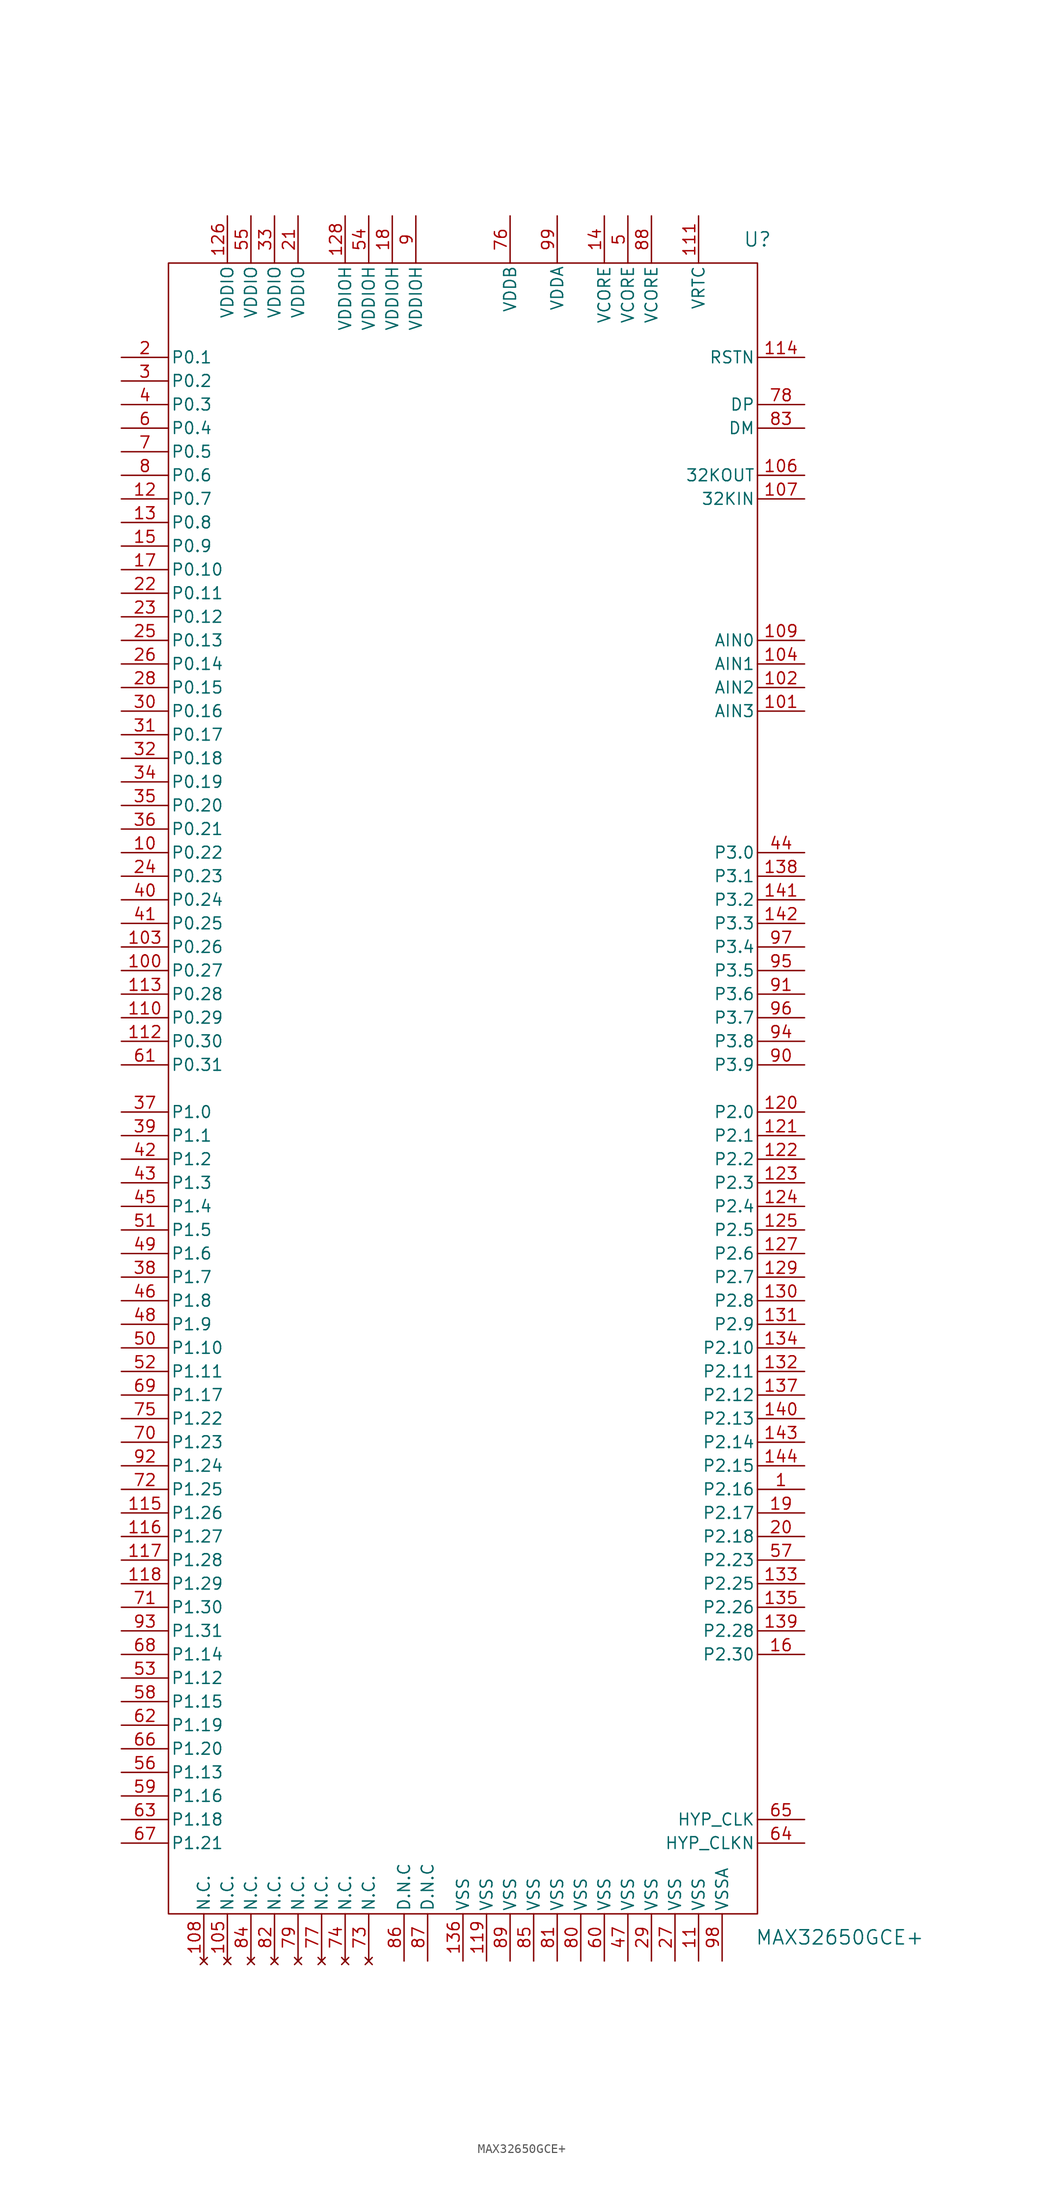
<source format=kicad_sym>
(kicad_symbol_lib
  (version 20231120)
  (generator "kicad_symbol_editor")
  (generator_version "8.0")
  (symbol "MAX32650GCE+"
    (pin_names
      (offset 0.254))
    (property "Reference" "U"
      (at 31.75 91.44 0)
      (effects (font (size 1.524 1.524))))
    (property "Value" "MAX32650GCE+"
      (at 31.496 -91.44 0)
      (effects (font (size 1.524 1.524)) (justify left)))
    (symbol "MAX32650GCE+_1_1"
      (rectangle (start -31.75 88.9) (end 31.75 -88.9) (stroke (width 0) (type default)) (fill (type none)))
      (pin bidirectional line (at 36.83 -43.18 180) (length 5.08) (name "P2.16" (effects (font (size 1.27 1.27)))) (number "1" (effects (font (size 1.27 1.27)))))
      (pin bidirectional line (at -36.83 25.4 0) (length 5.08) (name "P0.22" (effects (font (size 1.27 1.27)))) (number "10" (effects (font (size 1.27 1.27)))))
      (pin bidirectional line (at -36.83 12.7 0) (length 5.08) (name "P0.27" (effects (font (size 1.27 1.27)))) (number "100" (effects (font (size 1.27 1.27)))))
      (pin input line (at 36.83 40.64 180) (length 5.08) (name "AIN3" (effects (font (size 1.27 1.27)))) (number "101" (effects (font (size 1.27 1.27)))))
      (pin input line (at 36.83 43.18 180) (length 5.08) (name "AIN2" (effects (font (size 1.27 1.27)))) (number "102" (effects (font (size 1.27 1.27)))))
      (pin bidirectional line (at -36.83 15.24 0) (length 5.08) (name "P0.26" (effects (font (size 1.27 1.27)))) (number "103" (effects (font (size 1.27 1.27)))))
      (pin input line (at 36.83 45.72 180) (length 5.08) (name "AIN1" (effects (font (size 1.27 1.27)))) (number "104" (effects (font (size 1.27 1.27)))))
      (pin no_connect line (at -25.4 -93.98 90) (length 5.08) (name "N.C." (effects (font (size 1.27 1.27)))) (number "105" (effects (font (size 1.27 1.27)))))
      (pin output line (at 36.83 66.04 180) (length 5.08) (name "32KOUT" (effects (font (size 1.27 1.27)))) (number "106" (effects (font (size 1.27 1.27)))))
      (pin bidirectional line (at 36.83 63.5 180) (length 5.08) (name "32KIN" (effects (font (size 1.27 1.27)))) (number "107" (effects (font (size 1.27 1.27)))))
      (pin no_connect line (at -27.94 -93.98 90) (length 5.08) (name "N.C." (effects (font (size 1.27 1.27)))) (number "108" (effects (font (size 1.27 1.27)))))
      (pin bidirectional line (at 36.83 48.26 180) (length 5.08) (name "AIN0" (effects (font (size 1.27 1.27)))) (number "109" (effects (font (size 1.27 1.27)))))
      (pin power_out line (at 25.4 -93.98 90) (length 5.08) (name "VSS" (effects (font (size 1.27 1.27)))) (number "11" (effects (font (size 1.27 1.27)))))
      (pin bidirectional line (at -36.83 7.62 0) (length 5.08) (name "P0.29" (effects (font (size 1.27 1.27)))) (number "110" (effects (font (size 1.27 1.27)))))
      (pin unspecified line (at 25.4 93.98 270) (length 5.08) (name "VRTC" (effects (font (size 1.27 1.27)))) (number "111" (effects (font (size 1.27 1.27)))))
      (pin bidirectional line (at -36.83 5.08 0) (length 5.08) (name "P0.30" (effects (font (size 1.27 1.27)))) (number "112" (effects (font (size 1.27 1.27)))))
      (pin bidirectional line (at -36.83 10.16 0) (length 5.08) (name "P0.28" (effects (font (size 1.27 1.27)))) (number "113" (effects (font (size 1.27 1.27)))))
      (pin unspecified line (at 36.83 78.74 180) (length 5.08) (name "RSTN" (effects (font (size 1.27 1.27)))) (number "114" (effects (font (size 1.27 1.27)))))
      (pin bidirectional line (at -36.83 -45.72 0) (length 5.08) (name "P1.26" (effects (font (size 1.27 1.27)))) (number "115" (effects (font (size 1.27 1.27)))))
      (pin bidirectional line (at -36.83 -48.26 0) (length 5.08) (name "P1.27" (effects (font (size 1.27 1.27)))) (number "116" (effects (font (size 1.27 1.27)))))
      (pin bidirectional line (at -36.83 -50.8 0) (length 5.08) (name "P1.28" (effects (font (size 1.27 1.27)))) (number "117" (effects (font (size 1.27 1.27)))))
      (pin bidirectional line (at -36.83 -53.34 0) (length 5.08) (name "P1.29" (effects (font (size 1.27 1.27)))) (number "118" (effects (font (size 1.27 1.27)))))
      (pin power_out line (at 2.54 -93.98 90) (length 5.08) (name "VSS" (effects (font (size 1.27 1.27)))) (number "119" (effects (font (size 1.27 1.27)))))
      (pin bidirectional line (at -36.83 63.5 0) (length 5.08) (name "P0.7" (effects (font (size 1.27 1.27)))) (number "12" (effects (font (size 1.27 1.27)))))
      (pin bidirectional line (at 36.83 -2.54 180) (length 5.08) (name "P2.0" (effects (font (size 1.27 1.27)))) (number "120" (effects (font (size 1.27 1.27)))))
      (pin bidirectional line (at 36.83 -5.08 180) (length 5.08) (name "P2.1" (effects (font (size 1.27 1.27)))) (number "121" (effects (font (size 1.27 1.27)))))
      (pin bidirectional line (at 36.83 -7.62 180) (length 5.08) (name "P2.2" (effects (font (size 1.27 1.27)))) (number "122" (effects (font (size 1.27 1.27)))))
      (pin bidirectional line (at 36.83 -10.16 180) (length 5.08) (name "P2.3" (effects (font (size 1.27 1.27)))) (number "123" (effects (font (size 1.27 1.27)))))
      (pin bidirectional line (at 36.83 -12.7 180) (length 5.08) (name "P2.4" (effects (font (size 1.27 1.27)))) (number "124" (effects (font (size 1.27 1.27)))))
      (pin bidirectional line (at 36.83 -15.24 180) (length 5.08) (name "P2.5" (effects (font (size 1.27 1.27)))) (number "125" (effects (font (size 1.27 1.27)))))
      (pin power_in line (at -25.4 93.98 270) (length 5.08) (name "VDDIO" (effects (font (size 1.27 1.27)))) (number "126" (effects (font (size 1.27 1.27)))))
      (pin bidirectional line (at 36.83 -17.78 180) (length 5.08) (name "P2.6" (effects (font (size 1.27 1.27)))) (number "127" (effects (font (size 1.27 1.27)))))
      (pin power_in line (at -12.7 93.98 270) (length 5.08) (name "VDDIOH" (effects (font (size 1.27 1.27)))) (number "128" (effects (font (size 1.27 1.27)))))
      (pin bidirectional line (at 36.83 -20.32 180) (length 5.08) (name "P2.7" (effects (font (size 1.27 1.27)))) (number "129" (effects (font (size 1.27 1.27)))))
      (pin bidirectional line (at -36.83 60.96 0) (length 5.08) (name "P0.8" (effects (font (size 1.27 1.27)))) (number "13" (effects (font (size 1.27 1.27)))))
      (pin bidirectional line (at 36.83 -22.86 180) (length 5.08) (name "P2.8" (effects (font (size 1.27 1.27)))) (number "130" (effects (font (size 1.27 1.27)))))
      (pin bidirectional line (at 36.83 -25.4 180) (length 5.08) (name "P2.9" (effects (font (size 1.27 1.27)))) (number "131" (effects (font (size 1.27 1.27)))))
      (pin bidirectional line (at 36.83 -30.48 180) (length 5.08) (name "P2.11" (effects (font (size 1.27 1.27)))) (number "132" (effects (font (size 1.27 1.27)))))
      (pin bidirectional line (at 36.83 -53.34 180) (length 5.08) (name "P2.25" (effects (font (size 1.27 1.27)))) (number "133" (effects (font (size 1.27 1.27)))))
      (pin bidirectional line (at 36.83 -27.94 180) (length 5.08) (name "P2.10" (effects (font (size 1.27 1.27)))) (number "134" (effects (font (size 1.27 1.27)))))
      (pin bidirectional line (at 36.83 -55.88 180) (length 5.08) (name "P2.26" (effects (font (size 1.27 1.27)))) (number "135" (effects (font (size 1.27 1.27)))))
      (pin power_out line (at 0 -93.98 90) (length 5.08) (name "VSS" (effects (font (size 1.27 1.27)))) (number "136" (effects (font (size 1.27 1.27)))))
      (pin bidirectional line (at 36.83 -33.02 180) (length 5.08) (name "P2.12" (effects (font (size 1.27 1.27)))) (number "137" (effects (font (size 1.27 1.27)))))
      (pin bidirectional line (at 36.83 22.86 180) (length 5.08) (name "P3.1" (effects (font (size 1.27 1.27)))) (number "138" (effects (font (size 1.27 1.27)))))
      (pin bidirectional line (at 36.83 -58.42 180) (length 5.08) (name "P2.28" (effects (font (size 1.27 1.27)))) (number "139" (effects (font (size 1.27 1.27)))))
      (pin unspecified line (at 15.24 93.98 270) (length 5.08) (name "VCORE" (effects (font (size 1.27 1.27)))) (number "14" (effects (font (size 1.27 1.27)))))
      (pin bidirectional line (at 36.83 -35.56 180) (length 5.08) (name "P2.13" (effects (font (size 1.27 1.27)))) (number "140" (effects (font (size 1.27 1.27)))))
      (pin bidirectional line (at 36.83 20.32 180) (length 5.08) (name "P3.2" (effects (font (size 1.27 1.27)))) (number "141" (effects (font (size 1.27 1.27)))))
      (pin bidirectional line (at 36.83 17.78 180) (length 5.08) (name "P3.3" (effects (font (size 1.27 1.27)))) (number "142" (effects (font (size 1.27 1.27)))))
      (pin bidirectional line (at 36.83 -38.1 180) (length 5.08) (name "P2.14" (effects (font (size 1.27 1.27)))) (number "143" (effects (font (size 1.27 1.27)))))
      (pin bidirectional line (at 36.83 -40.64 180) (length 5.08) (name "P2.15" (effects (font (size 1.27 1.27)))) (number "144" (effects (font (size 1.27 1.27)))))
      (pin bidirectional line (at -36.83 58.42 0) (length 5.08) (name "P0.9" (effects (font (size 1.27 1.27)))) (number "15" (effects (font (size 1.27 1.27)))))
      (pin bidirectional line (at 36.83 -60.96 180) (length 5.08) (name "P2.30" (effects (font (size 1.27 1.27)))) (number "16" (effects (font (size 1.27 1.27)))))
      (pin bidirectional line (at -36.83 55.88 0) (length 5.08) (name "P0.10" (effects (font (size 1.27 1.27)))) (number "17" (effects (font (size 1.27 1.27)))))
      (pin power_in line (at -7.62 93.98 270) (length 5.08) (name "VDDIOH" (effects (font (size 1.27 1.27)))) (number "18" (effects (font (size 1.27 1.27)))))
      (pin bidirectional line (at 36.83 -45.72 180) (length 5.08) (name "P2.17" (effects (font (size 1.27 1.27)))) (number "19" (effects (font (size 1.27 1.27)))))
      (pin bidirectional line (at -36.83 78.74 0) (length 5.08) (name "P0.1" (effects (font (size 1.27 1.27)))) (number "2" (effects (font (size 1.27 1.27)))))
      (pin bidirectional line (at 36.83 -48.26 180) (length 5.08) (name "P2.18" (effects (font (size 1.27 1.27)))) (number "20" (effects (font (size 1.27 1.27)))))
      (pin power_in line (at -17.78 93.98 270) (length 5.08) (name "VDDIO" (effects (font (size 1.27 1.27)))) (number "21" (effects (font (size 1.27 1.27)))))
      (pin bidirectional line (at -36.83 53.34 0) (length 5.08) (name "P0.11" (effects (font (size 1.27 1.27)))) (number "22" (effects (font (size 1.27 1.27)))))
      (pin bidirectional line (at -36.83 50.8 0) (length 5.08) (name "P0.12" (effects (font (size 1.27 1.27)))) (number "23" (effects (font (size 1.27 1.27)))))
      (pin bidirectional line (at -36.83 22.86 0) (length 5.08) (name "P0.23" (effects (font (size 1.27 1.27)))) (number "24" (effects (font (size 1.27 1.27)))))
      (pin bidirectional line (at -36.83 48.26 0) (length 5.08) (name "P0.13" (effects (font (size 1.27 1.27)))) (number "25" (effects (font (size 1.27 1.27)))))
      (pin bidirectional line (at -36.83 45.72 0) (length 5.08) (name "P0.14" (effects (font (size 1.27 1.27)))) (number "26" (effects (font (size 1.27 1.27)))))
      (pin power_out line (at 22.86 -93.98 90) (length 5.08) (name "VSS" (effects (font (size 1.27 1.27)))) (number "27" (effects (font (size 1.27 1.27)))))
      (pin bidirectional line (at -36.83 43.18 0) (length 5.08) (name "P0.15" (effects (font (size 1.27 1.27)))) (number "28" (effects (font (size 1.27 1.27)))))
      (pin power_out line (at 20.32 -93.98 90) (length 5.08) (name "VSS" (effects (font (size 1.27 1.27)))) (number "29" (effects (font (size 1.27 1.27)))))
      (pin bidirectional line (at -36.83 76.2 0) (length 5.08) (name "P0.2" (effects (font (size 1.27 1.27)))) (number "3" (effects (font (size 1.27 1.27)))))
      (pin bidirectional line (at -36.83 40.64 0) (length 5.08) (name "P0.16" (effects (font (size 1.27 1.27)))) (number "30" (effects (font (size 1.27 1.27)))))
      (pin bidirectional line (at -36.83 38.1 0) (length 5.08) (name "P0.17" (effects (font (size 1.27 1.27)))) (number "31" (effects (font (size 1.27 1.27)))))
      (pin bidirectional line (at -36.83 35.56 0) (length 5.08) (name "P0.18" (effects (font (size 1.27 1.27)))) (number "32" (effects (font (size 1.27 1.27)))))
      (pin power_in line (at -20.32 93.98 270) (length 5.08) (name "VDDIO" (effects (font (size 1.27 1.27)))) (number "33" (effects (font (size 1.27 1.27)))))
      (pin bidirectional line (at -36.83 33.02 0) (length 5.08) (name "P0.19" (effects (font (size 1.27 1.27)))) (number "34" (effects (font (size 1.27 1.27)))))
      (pin bidirectional line (at -36.83 30.48 0) (length 5.08) (name "P0.20" (effects (font (size 1.27 1.27)))) (number "35" (effects (font (size 1.27 1.27)))))
      (pin bidirectional line (at -36.83 27.94 0) (length 5.08) (name "P0.21" (effects (font (size 1.27 1.27)))) (number "36" (effects (font (size 1.27 1.27)))))
      (pin bidirectional line (at -36.83 -2.54 0) (length 5.08) (name "P1.0" (effects (font (size 1.27 1.27)))) (number "37" (effects (font (size 1.27 1.27)))))
      (pin bidirectional line (at -36.83 -20.32 0) (length 5.08) (name "P1.7" (effects (font (size 1.27 1.27)))) (number "38" (effects (font (size 1.27 1.27)))))
      (pin bidirectional line (at -36.83 -5.08 0) (length 5.08) (name "P1.1" (effects (font (size 1.27 1.27)))) (number "39" (effects (font (size 1.27 1.27)))))
      (pin bidirectional line (at -36.83 73.66 0) (length 5.08) (name "P0.3" (effects (font (size 1.27 1.27)))) (number "4" (effects (font (size 1.27 1.27)))))
      (pin bidirectional line (at -36.83 20.32 0) (length 5.08) (name "P0.24" (effects (font (size 1.27 1.27)))) (number "40" (effects (font (size 1.27 1.27)))))
      (pin bidirectional line (at -36.83 17.78 0) (length 5.08) (name "P0.25" (effects (font (size 1.27 1.27)))) (number "41" (effects (font (size 1.27 1.27)))))
      (pin bidirectional line (at -36.83 -7.62 0) (length 5.08) (name "P1.2" (effects (font (size 1.27 1.27)))) (number "42" (effects (font (size 1.27 1.27)))))
      (pin bidirectional line (at -36.83 -10.16 0) (length 5.08) (name "P1.3" (effects (font (size 1.27 1.27)))) (number "43" (effects (font (size 1.27 1.27)))))
      (pin bidirectional line (at 36.83 25.4 180) (length 5.08) (name "P3.0" (effects (font (size 1.27 1.27)))) (number "44" (effects (font (size 1.27 1.27)))))
      (pin bidirectional line (at -36.83 -12.7 0) (length 5.08) (name "P1.4" (effects (font (size 1.27 1.27)))) (number "45" (effects (font (size 1.27 1.27)))))
      (pin bidirectional line (at -36.83 -22.86 0) (length 5.08) (name "P1.8" (effects (font (size 1.27 1.27)))) (number "46" (effects (font (size 1.27 1.27)))))
      (pin power_out line (at 17.78 -93.98 90) (length 5.08) (name "VSS" (effects (font (size 1.27 1.27)))) (number "47" (effects (font (size 1.27 1.27)))))
      (pin bidirectional line (at -36.83 -25.4 0) (length 5.08) (name "P1.9" (effects (font (size 1.27 1.27)))) (number "48" (effects (font (size 1.27 1.27)))))
      (pin bidirectional line (at -36.83 -17.78 0) (length 5.08) (name "P1.6" (effects (font (size 1.27 1.27)))) (number "49" (effects (font (size 1.27 1.27)))))
      (pin power_in line (at 17.78 93.98 270) (length 5.08) (name "VCORE" (effects (font (size 1.27 1.27)))) (number "5" (effects (font (size 1.27 1.27)))))
      (pin bidirectional line (at -36.83 -27.94 0) (length 5.08) (name "P1.10" (effects (font (size 1.27 1.27)))) (number "50" (effects (font (size 1.27 1.27)))))
      (pin bidirectional line (at -36.83 -15.24 0) (length 5.08) (name "P1.5" (effects (font (size 1.27 1.27)))) (number "51" (effects (font (size 1.27 1.27)))))
      (pin bidirectional line (at -36.83 -30.48 0) (length 5.08) (name "P1.11" (effects (font (size 1.27 1.27)))) (number "52" (effects (font (size 1.27 1.27)))))
      (pin bidirectional line (at -36.83 -63.5 0) (length 5.08) (name "P1.12" (effects (font (size 1.27 1.27)))) (number "53" (effects (font (size 1.27 1.27)))))
      (pin power_in line (at -10.16 93.98 270) (length 5.08) (name "VDDIOH" (effects (font (size 1.27 1.27)))) (number "54" (effects (font (size 1.27 1.27)))))
      (pin power_in line (at -22.86 93.98 270) (length 5.08) (name "VDDIO" (effects (font (size 1.27 1.27)))) (number "55" (effects (font (size 1.27 1.27)))))
      (pin bidirectional line (at -36.83 -73.66 0) (length 5.08) (name "P1.13" (effects (font (size 1.27 1.27)))) (number "56" (effects (font (size 1.27 1.27)))))
      (pin bidirectional line (at 36.83 -50.8 180) (length 5.08) (name "P2.23" (effects (font (size 1.27 1.27)))) (number "57" (effects (font (size 1.27 1.27)))))
      (pin bidirectional line (at -36.83 -66.04 0) (length 5.08) (name "P1.15" (effects (font (size 1.27 1.27)))) (number "58" (effects (font (size 1.27 1.27)))))
      (pin bidirectional line (at -36.83 -76.2 0) (length 5.08) (name "P1.16" (effects (font (size 1.27 1.27)))) (number "59" (effects (font (size 1.27 1.27)))))
      (pin bidirectional line (at -36.83 71.12 0) (length 5.08) (name "P0.4" (effects (font (size 1.27 1.27)))) (number "6" (effects (font (size 1.27 1.27)))))
      (pin power_out line (at 15.24 -93.98 90) (length 5.08) (name "VSS" (effects (font (size 1.27 1.27)))) (number "60" (effects (font (size 1.27 1.27)))))
      (pin bidirectional line (at -36.83 2.54 0) (length 5.08) (name "P0.31" (effects (font (size 1.27 1.27)))) (number "61" (effects (font (size 1.27 1.27)))))
      (pin bidirectional line (at -36.83 -68.58 0) (length 5.08) (name "P1.19" (effects (font (size 1.27 1.27)))) (number "62" (effects (font (size 1.27 1.27)))))
      (pin bidirectional line (at -36.83 -78.74 0) (length 5.08) (name "P1.18" (effects (font (size 1.27 1.27)))) (number "63" (effects (font (size 1.27 1.27)))))
      (pin unspecified line (at 36.83 -81.28 180) (length 5.08) (name "HYP_CLKN" (effects (font (size 1.27 1.27)))) (number "64" (effects (font (size 1.27 1.27)))))
      (pin unspecified line (at 36.83 -78.74 180) (length 5.08) (name "HYP_CLK" (effects (font (size 1.27 1.27)))) (number "65" (effects (font (size 1.27 1.27)))))
      (pin bidirectional line (at -36.83 -71.12 0) (length 5.08) (name "P1.20" (effects (font (size 1.27 1.27)))) (number "66" (effects (font (size 1.27 1.27)))))
      (pin bidirectional line (at -36.83 -81.28 0) (length 5.08) (name "P1.21" (effects (font (size 1.27 1.27)))) (number "67" (effects (font (size 1.27 1.27)))))
      (pin bidirectional line (at -36.83 -60.96 0) (length 5.08) (name "P1.14" (effects (font (size 1.27 1.27)))) (number "68" (effects (font (size 1.27 1.27)))))
      (pin bidirectional line (at -36.83 -33.02 0) (length 5.08) (name "P1.17" (effects (font (size 1.27 1.27)))) (number "69" (effects (font (size 1.27 1.27)))))
      (pin bidirectional line (at -36.83 68.58 0) (length 5.08) (name "P0.5" (effects (font (size 1.27 1.27)))) (number "7" (effects (font (size 1.27 1.27)))))
      (pin bidirectional line (at -36.83 -38.1 0) (length 5.08) (name "P1.23" (effects (font (size 1.27 1.27)))) (number "70" (effects (font (size 1.27 1.27)))))
      (pin bidirectional line (at -36.83 -55.88 0) (length 5.08) (name "P1.30" (effects (font (size 1.27 1.27)))) (number "71" (effects (font (size 1.27 1.27)))))
      (pin bidirectional line (at -36.83 -43.18 0) (length 5.08) (name "P1.25" (effects (font (size 1.27 1.27)))) (number "72" (effects (font (size 1.27 1.27)))))
      (pin no_connect line (at -10.16 -93.98 90) (length 5.08) (name "N.C." (effects (font (size 1.27 1.27)))) (number "73" (effects (font (size 1.27 1.27)))))
      (pin no_connect line (at -12.7 -93.98 90) (length 5.08) (name "N.C." (effects (font (size 1.27 1.27)))) (number "74" (effects (font (size 1.27 1.27)))))
      (pin bidirectional line (at -36.83 -35.56 0) (length 5.08) (name "P1.22" (effects (font (size 1.27 1.27)))) (number "75" (effects (font (size 1.27 1.27)))))
      (pin power_in line (at 5.08 93.98 270) (length 5.08) (name "VDDB" (effects (font (size 1.27 1.27)))) (number "76" (effects (font (size 1.27 1.27)))))
      (pin no_connect line (at -15.24 -93.98 90) (length 5.08) (name "N.C." (effects (font (size 1.27 1.27)))) (number "77" (effects (font (size 1.27 1.27)))))
      (pin unspecified line (at 36.83 73.66 180) (length 5.08) (name "DP" (effects (font (size 1.27 1.27)))) (number "78" (effects (font (size 1.27 1.27)))))
      (pin no_connect line (at -17.78 -93.98 90) (length 5.08) (name "N.C." (effects (font (size 1.27 1.27)))) (number "79" (effects (font (size 1.27 1.27)))))
      (pin bidirectional line (at -36.83 66.04 0) (length 5.08) (name "P0.6" (effects (font (size 1.27 1.27)))) (number "8" (effects (font (size 1.27 1.27)))))
      (pin power_out line (at 12.7 -93.98 90) (length 5.08) (name "VSS" (effects (font (size 1.27 1.27)))) (number "80" (effects (font (size 1.27 1.27)))))
      (pin power_out line (at 10.16 -93.98 90) (length 5.08) (name "VSS" (effects (font (size 1.27 1.27)))) (number "81" (effects (font (size 1.27 1.27)))))
      (pin no_connect line (at -20.32 -93.98 90) (length 5.08) (name "N.C." (effects (font (size 1.27 1.27)))) (number "82" (effects (font (size 1.27 1.27)))))
      (pin unspecified line (at 36.83 71.12 180) (length 5.08) (name "DM" (effects (font (size 1.27 1.27)))) (number "83" (effects (font (size 1.27 1.27)))))
      (pin no_connect line (at -22.86 -93.98 90) (length 5.08) (name "N.C." (effects (font (size 1.27 1.27)))) (number "84" (effects (font (size 1.27 1.27)))))
      (pin power_out line (at 7.62 -93.98 90) (length 5.08) (name "VSS" (effects (font (size 1.27 1.27)))) (number "85" (effects (font (size 1.27 1.27)))))
      (pin bidirectional line (at -6.35 -93.98 90) (length 5.08) (name "D.N.C" (effects (font (size 1.27 1.27)))) (number "86" (effects (font (size 1.27 1.27)))))
      (pin bidirectional line (at -3.81 -93.98 90) (length 5.08) (name "D.N.C" (effects (font (size 1.27 1.27)))) (number "87" (effects (font (size 1.27 1.27)))))
      (pin unspecified line (at 20.32 93.98 270) (length 5.08) (name "VCORE" (effects (font (size 1.27 1.27)))) (number "88" (effects (font (size 1.27 1.27)))))
      (pin power_out line (at 5.08 -93.98 90) (length 5.08) (name "VSS" (effects (font (size 1.27 1.27)))) (number "89" (effects (font (size 1.27 1.27)))))
      (pin power_in line (at -5.08 93.98 270) (length 5.08) (name "VDDIOH" (effects (font (size 1.27 1.27)))) (number "9" (effects (font (size 1.27 1.27)))))
      (pin bidirectional line (at 36.83 2.54 180) (length 5.08) (name "P3.9" (effects (font (size 1.27 1.27)))) (number "90" (effects (font (size 1.27 1.27)))))
      (pin bidirectional line (at 36.83 10.16 180) (length 5.08) (name "P3.6" (effects (font (size 1.27 1.27)))) (number "91" (effects (font (size 1.27 1.27)))))
      (pin bidirectional line (at -36.83 -40.64 0) (length 5.08) (name "P1.24" (effects (font (size 1.27 1.27)))) (number "92" (effects (font (size 1.27 1.27)))))
      (pin bidirectional line (at -36.83 -58.42 0) (length 5.08) (name "P1.31" (effects (font (size 1.27 1.27)))) (number "93" (effects (font (size 1.27 1.27)))))
      (pin bidirectional line (at 36.83 5.08 180) (length 5.08) (name "P3.8" (effects (font (size 1.27 1.27)))) (number "94" (effects (font (size 1.27 1.27)))))
      (pin bidirectional line (at 36.83 12.7 180) (length 5.08) (name "P3.5" (effects (font (size 1.27 1.27)))) (number "95" (effects (font (size 1.27 1.27)))))
      (pin bidirectional line (at 36.83 7.62 180) (length 5.08) (name "P3.7" (effects (font (size 1.27 1.27)))) (number "96" (effects (font (size 1.27 1.27)))))
      (pin bidirectional line (at 36.83 15.24 180) (length 5.08) (name "P3.4" (effects (font (size 1.27 1.27)))) (number "97" (effects (font (size 1.27 1.27)))))
      (pin power_out line (at 27.94 -93.98 90) (length 5.08) (name "VSSA" (effects (font (size 1.27 1.27)))) (number "98" (effects (font (size 1.27 1.27)))))
      (pin power_in line (at 10.16 93.98 270) (length 5.08) (name "VDDA" (effects (font (size 1.27 1.27)))) (number "99" (effects (font (size 1.27 1.27))))))))
</source>
